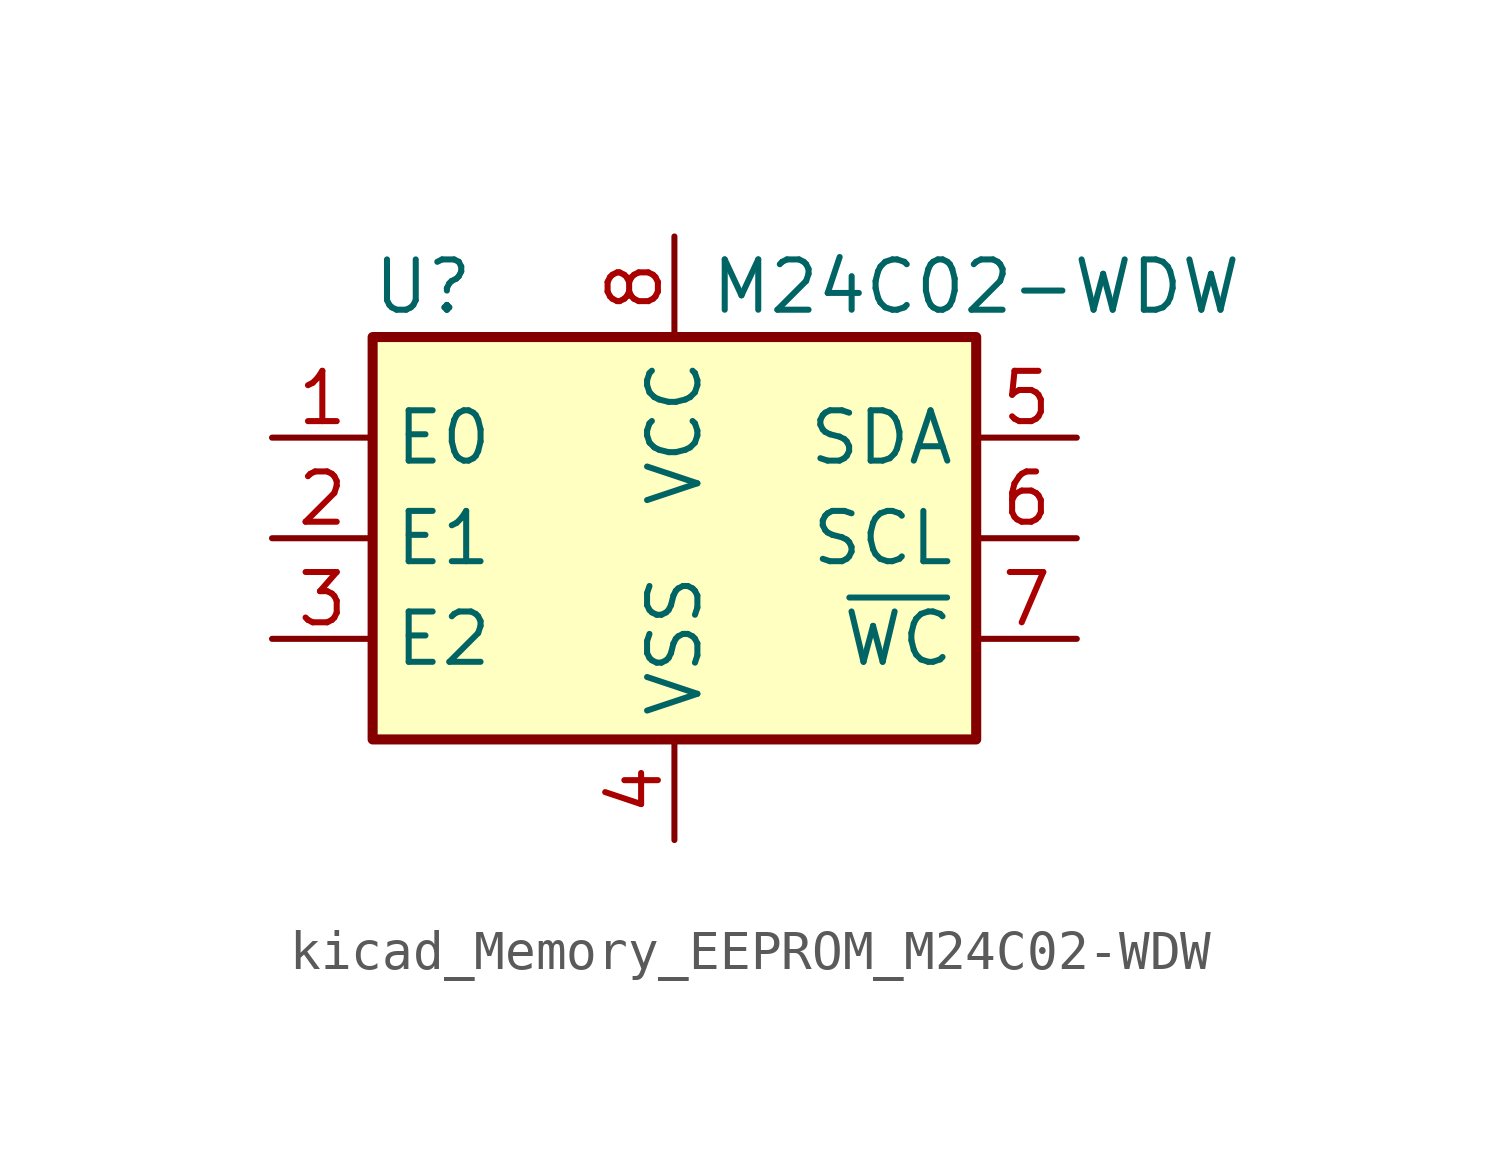
<source format=kicad_sym>
(kicad_symbol_lib
  (version 20220914)
  (generator kicad_symbol_editor)
  (symbol "kicad_Memory_EEPROM_M24C02-WDW"
    (property "Reference" "U"
      (at -6.35 6.35 0)
      (effects (font (size 1.27 1.27))))
    (property "Value" "M24C02-WDW"
      (at 7.62 6.35 0)
      (effects (font (size 1.27 1.27))))
    (symbol "kicad_Memory_EEPROM_M24C02-WDW_0_1"
      (rectangle (start -7.62 5.08) (end 7.62 -5.08) (stroke (width 0.254) (type default)) (fill (type background))))
    (symbol "kicad_Memory_EEPROM_M24C02-WDW_1_1"
      (pin input line (at -10.16 2.54 0) (length 2.54) (name "E0" (effects (font (size 1.27 1.27)))) (number "1" (effects (font (size 1.27 1.27)))))
      (pin input line (at -10.16 0 0) (length 2.54) (name "E1" (effects (font (size 1.27 1.27)))) (number "2" (effects (font (size 1.27 1.27)))))
      (pin input line (at -10.16 -2.54 0) (length 2.54) (name "E2" (effects (font (size 1.27 1.27)))) (number "3" (effects (font (size 1.27 1.27)))))
      (pin power_in line (at 0 -7.62 90) (length 2.54) (name "VSS" (effects (font (size 1.27 1.27)))) (number "4" (effects (font (size 1.27 1.27)))))
      (pin bidirectional line (at 10.16 2.54 180) (length 2.54) (name "SDA" (effects (font (size 1.27 1.27)))) (number "5" (effects (font (size 1.27 1.27)))))
      (pin input line (at 10.16 0 180) (length 2.54) (name "SCL" (effects (font (size 1.27 1.27)))) (number "6" (effects (font (size 1.27 1.27)))))
      (pin input line (at 10.16 -2.54 180) (length 2.54) (name "~{WC}" (effects (font (size 1.27 1.27)))) (number "7" (effects (font (size 1.27 1.27)))))
      (pin power_in line (at 0 7.62 270) (length 2.54) (name "VCC" (effects (font (size 1.27 1.27)))) (number "8" (effects (font (size 1.27 1.27))))))))
</source>
